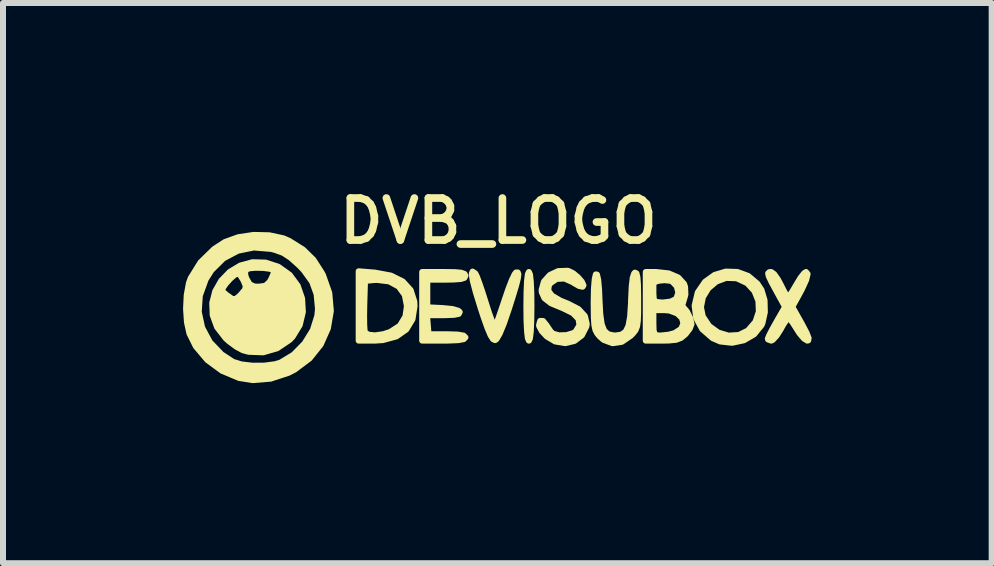
<source format=kicad_pcb>
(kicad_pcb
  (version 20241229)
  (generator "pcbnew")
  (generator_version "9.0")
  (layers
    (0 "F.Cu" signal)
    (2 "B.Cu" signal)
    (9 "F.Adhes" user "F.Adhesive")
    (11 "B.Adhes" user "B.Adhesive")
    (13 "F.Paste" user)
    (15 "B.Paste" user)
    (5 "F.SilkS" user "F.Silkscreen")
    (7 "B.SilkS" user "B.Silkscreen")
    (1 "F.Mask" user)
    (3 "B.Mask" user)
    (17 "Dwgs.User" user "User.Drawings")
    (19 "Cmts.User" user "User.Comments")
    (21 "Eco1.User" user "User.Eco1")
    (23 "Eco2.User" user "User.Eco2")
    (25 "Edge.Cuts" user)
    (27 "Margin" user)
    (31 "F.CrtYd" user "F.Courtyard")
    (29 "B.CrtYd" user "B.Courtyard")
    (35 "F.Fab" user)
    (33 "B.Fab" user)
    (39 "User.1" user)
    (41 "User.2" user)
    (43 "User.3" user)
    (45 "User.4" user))
  (footprint "DVB_LOGO"
    (layer "F.Cu")
    (at 5.254 2.032)
    (property "Reference" "DVB_LOGO" (at 0 -1.4 0) (layer "F.SilkS") (effects (font (size 0.7 0.7) (thickness 0.127))))
    (attr through_hole)
    (fp_poly (pts (xy 0.55 0.021) (xy 0.547 0.263) (xy 0.539 0.444) (xy 0.525 0.557) (xy 0.508 0.593) (xy 0.49 0.552) (xy 0.477 0.435) (xy 0.468 0.249) (xy 0.466 0.021) (xy 0.469 -0.22) (xy 0.477 -0.401) (xy 0.491 -0.514) (xy 0.508 -0.55) (xy 0.526 -0.509) (xy 0.539 -0.392) (xy 0.548 -0.207) (xy 0.55 0.021)) (stroke (width 0.1) (type solid)) (fill yes) (layer "F.SilkS"))
    (fp_poly (pts (xy -1.397 0.019) (xy -1.432 0.237) (xy -1.524 0.389) (xy -1.524 0.018) (xy -1.56 -0.169) (xy -1.661 -0.308) (xy -1.82 -0.394) (xy -2.027 -0.419) (xy -2.079 -0.416) (xy -2.223 -0.402) (xy -2.235 -0.003) (xy -2.238 0.177) (xy -2.236 0.328) (xy -2.23 0.428) (xy -2.226 0.452) (xy -2.168 0.494) (xy -2.057 0.506) (xy -1.917 0.486) (xy -1.803 0.449) (xy -1.641 0.344) (xy -1.549 0.191) (xy -1.524 0.018) (xy -1.524 0.389) (xy -1.535 0.407) (xy -1.7 0.523) (xy -1.925 0.584) (xy -2.064 0.593) (xy -2.328 0.593) (xy -2.328 0.015) (xy -2.328 -0.562) (xy -2.058 -0.54) (xy -1.793 -0.491) (xy -1.594 -0.393) (xy -1.462 -0.248) (xy -1.401 -0.058) (xy -1.397 0.019)) (stroke (width 0.1) (type solid)) (fill yes) (layer "F.SilkS"))
    (fp_poly (pts (xy -0.55 0.54) (xy -0.578 0.568) (xy -0.669 0.585) (xy -0.831 0.592) (xy -0.91 0.593) (xy -1.27 0.593) (xy -1.27 0.021) (xy -1.27 -0.55) (xy -0.91 -0.55) (xy -0.73 -0.548) (xy -0.62 -0.538) (xy -0.565 -0.518) (xy -0.55 -0.487) (xy -0.567 -0.453) (xy -0.627 -0.434) (xy -0.746 -0.425) (xy -0.868 -0.423) (xy -1.185 -0.423) (xy -1.185 -0.193) (xy -1.185 0.038) (xy -0.924 0.051) (xy -0.765 0.067) (xy -0.668 0.095) (xy -0.645 0.116) (xy -0.661 0.147) (xy -0.738 0.163) (xy -0.888 0.169) (xy -0.909 0.169) (xy -1.19 0.169) (xy -1.177 0.328) (xy -1.164 0.487) (xy -0.857 0.487) (xy -0.682 0.492) (xy -0.582 0.509) (xy -0.55 0.539) (xy -0.55 0.54)) (stroke (width 0.1) (type solid)) (fill yes) (layer "F.SilkS"))
    (fp_poly (pts (xy 0.333 -0.514) (xy 0.324 -0.444) (xy 0.294 -0.323) (xy 0.239 -0.142) (xy 0.174 0.064) (xy 0.091 0.307) (xy 0.021 0.477) (xy -0.032 0.568) (xy -0.055 0.584) (xy -0.089 0.569) (xy -0.13 0.505) (xy -0.182 0.382) (xy -0.249 0.193) (xy -0.298 0.043) (xy -0.378 -0.219) (xy -0.427 -0.405) (xy -0.445 -0.517) (xy -0.431 -0.557) (xy -0.386 -0.527) (xy -0.385 -0.526) (xy -0.358 -0.472) (xy -0.314 -0.354) (xy -0.26 -0.193) (xy -0.214 -0.048) (xy -0.158 0.127) (xy -0.109 0.264) (xy -0.073 0.349) (xy -0.058 0.368) (xy -0.037 0.321) (xy 0.004 0.211) (xy 0.057 0.056) (xy 0.106 -0.09) (xy 0.167 -0.269) (xy 0.224 -0.416) (xy 0.27 -0.512) (xy 0.293 -0.542) (xy 0.322 -0.543) (xy 0.333 -0.514)) (stroke (width 0.1) (type solid)) (fill yes) (layer "F.SilkS"))
    (fp_poly (pts (xy 4.439 0.119) (xy 4.399 0.301) (xy 4.383 0.337) (xy 4.339 0.39) (xy 4.339 0.11) (xy 4.332 -0.067) (xy 4.266 -0.232) (xy 4.145 -0.364) (xy 3.973 -0.445) (xy 3.971 -0.446) (xy 3.793 -0.452) (xy 3.63 -0.391) (xy 3.497 -0.279) (xy 3.407 -0.131) (xy 3.374 0.036) (xy 3.405 0.19) (xy 3.51 0.349) (xy 3.66 0.458) (xy 3.833 0.51) (xy 4.009 0.499) (xy 4.158 0.425) (xy 4.283 0.28) (xy 4.339 0.11) (xy 4.339 0.39) (xy 4.26 0.488) (xy 4.09 0.587) (xy 3.893 0.629) (xy 3.695 0.607) (xy 3.569 0.552) (xy 3.398 0.404) (xy 3.296 0.218) (xy 3.269 0.01) (xy 3.32 -0.205) (xy 3.324 -0.214) (xy 3.443 -0.387) (xy 3.603 -0.502) (xy 3.788 -0.557) (xy 3.98 -0.551) (xy 4.161 -0.485) (xy 4.313 -0.357) (xy 4.382 -0.253) (xy 4.434 -0.08) (xy 4.439 0.119)) (stroke (width 0.1) (type solid)) (fill yes) (layer "F.SilkS"))
    (fp_poly (pts (xy 2.328 -0.085) (xy 2.328 0.121) (xy 2.323 0.261) (xy 2.31 0.354) (xy 2.285 0.418) (xy 2.244 0.471) (xy 2.205 0.511) (xy 2.056 0.613) (xy 1.901 0.636) (xy 1.754 0.581) (xy 1.69 0.526) (xy 1.645 0.472) (xy 1.615 0.412) (xy 1.598 0.33) (xy 1.59 0.204) (xy 1.588 0.018) (xy 1.587 -0.045) (xy 1.592 -0.278) (xy 1.605 -0.433) (xy 1.623 -0.51) (xy 1.642 -0.507) (xy 1.662 -0.423) (xy 1.677 -0.257) (xy 1.684 -0.086) (xy 1.697 0.154) (xy 1.721 0.322) (xy 1.763 0.429) (xy 1.828 0.487) (xy 1.921 0.507) (xy 1.947 0.508) (xy 2.048 0.494) (xy 2.119 0.446) (xy 2.166 0.351) (xy 2.194 0.197) (xy 2.209 -0.027) (xy 2.21 -0.083) (xy 2.221 -0.309) (xy 2.238 -0.456) (xy 2.263 -0.529) (xy 2.275 -0.54) (xy 2.3 -0.527) (xy 2.316 -0.462) (xy 2.325 -0.336) (xy 2.328 -0.137) (xy 2.328 -0.085)) (stroke (width 0.1) (type solid)) (fill yes) (layer "F.SilkS"))
    (fp_poly (pts (xy 5.168 0.55) (xy 5.162 0.589) (xy 5.147 0.593) (xy 5.091 0.559) (xy 5.017 0.472) (xy 4.972 0.402) (xy 4.904 0.295) (xy 4.851 0.226) (xy 4.832 0.212) (xy 4.799 0.246) (xy 4.742 0.333) (xy 4.704 0.402) (xy 4.635 0.511) (xy 4.572 0.58) (xy 4.545 0.593) (xy 4.493 0.574) (xy 4.489 0.561) (xy 4.509 0.511) (xy 4.561 0.409) (xy 4.633 0.28) (xy 4.776 0.031) (xy 4.632 -0.232) (xy 4.549 -0.385) (xy 4.504 -0.48) (xy 4.494 -0.529) (xy 4.515 -0.548) (xy 4.545 -0.55) (xy 4.594 -0.515) (xy 4.658 -0.424) (xy 4.703 -0.339) (xy 4.762 -0.223) (xy 4.808 -0.146) (xy 4.825 -0.128) (xy 4.856 -0.162) (xy 4.912 -0.25) (xy 4.964 -0.339) (xy 5.034 -0.454) (xy 5.095 -0.531) (xy 5.125 -0.55) (xy 5.151 -0.517) (xy 5.128 -0.42) (xy 5.057 -0.264) (xy 5.004 -0.165) (xy 4.896 0.03) (xy 5.054 0.311) (xy 5.133 0.461) (xy 5.168 0.55)) (stroke (width 0.1) (type solid)) (fill yes) (layer "F.SilkS"))
    (fp_poly (pts (xy 1.472 0.316) (xy 1.465 0.358) (xy 1.39 0.505) (xy 1.265 0.599) (xy 1.111 0.635) (xy 0.946 0.607) (xy 0.808 0.525) (xy 0.724 0.436) (xy 0.679 0.351) (xy 0.677 0.335) (xy 0.696 0.265) (xy 0.743 0.266) (xy 0.802 0.337) (xy 0.809 0.349) (xy 0.866 0.435) (xy 0.906 0.476) (xy 1.007 0.505) (xy 1.137 0.501) (xy 1.252 0.466) (xy 1.288 0.441) (xy 1.351 0.335) (xy 1.334 0.23) (xy 1.24 0.134) (xy 1.075 0.053) (xy 1.06 0.047) (xy 0.877 -0.029) (xy 0.767 -0.114) (xy 0.722 -0.215) (xy 0.72 -0.252) (xy 0.758 -0.39) (xy 0.857 -0.5) (xy 0.995 -0.565) (xy 1.15 -0.571) (xy 1.168 -0.567) (xy 1.247 -0.528) (xy 1.327 -0.461) (xy 1.39 -0.388) (xy 1.417 -0.328) (xy 1.402 -0.305) (xy 1.342 -0.318) (xy 1.252 -0.37) (xy 1.237 -0.381) (xy 1.101 -0.442) (xy 0.969 -0.435) (xy 0.865 -0.364) (xy 0.841 -0.329) (xy 0.829 -0.24) (xy 0.891 -0.156) (xy 1.033 -0.073) (xy 1.155 -0.024) (xy 1.334 0.068) (xy 1.441 0.184) (xy 1.472 0.316)) (stroke (width 0.1) (type solid)) (fill yes) (layer "F.SilkS"))
    (fp_poly (pts (xy 3.217 0.317) (xy 3.189 0.391) (xy 3.121 0.481) (xy 3.113 0.489) (xy 3.083 0.514) (xy 3.083 0.309) (xy 3.059 0.217) (xy 2.998 0.158) (xy 2.998 -0.204) (xy 2.972 -0.311) (xy 2.898 -0.39) (xy 2.861 -0.405) (xy 2.764 -0.414) (xy 2.664 -0.404) (xy 2.595 -0.378) (xy 2.582 -0.36) (xy 2.582 -0.307) (xy 2.582 -0.206) (xy 2.582 -0.191) (xy 2.588 -0.095) (xy 2.621 -0.053) (xy 2.706 -0.043) (xy 2.746 -0.042) (xy 2.872 -0.058) (xy 2.957 -0.099) (xy 2.963 -0.105) (xy 2.998 -0.204) (xy 2.998 0.158) (xy 2.979 0.14) (xy 2.852 0.092) (xy 2.766 0.085) (xy 2.582 0.085) (xy 2.582 0.296) (xy 2.585 0.422) (xy 2.602 0.484) (xy 2.646 0.506) (xy 2.707 0.508) (xy 2.839 0.494) (xy 2.936 0.468) (xy 3.044 0.398) (xy 3.083 0.309) (xy 3.083 0.514) (xy 3.043 0.547) (xy 2.961 0.579) (xy 2.839 0.591) (xy 2.732 0.593) (xy 2.455 0.593) (xy 2.455 0.021) (xy 2.455 -0.55) (xy 2.626 -0.55) (xy 2.837 -0.527) (xy 2.996 -0.459) (xy 3.092 -0.354) (xy 3.11 -0.303) (xy 3.115 -0.172) (xy 3.089 -0.082) (xy 3.063 0.003) (xy 3.08 0.037) (xy 3.141 0.109) (xy 3.195 0.218) (xy 3.217 0.317)) (stroke (width 0.1) (type solid)) (fill yes) (layer "F.SilkS"))
    (fp_poly (pts (xy -2.792 0.099) (xy -2.841 0.388) (xy -2.96 0.656) (xy -3.006 0.714) (xy -3.006 0.064) (xy -3.029 -0.182) (xy -3.104 -0.388) (xy -3.243 -0.581) (xy -3.322 -0.663) (xy -3.463 -0.789) (xy -3.584 -0.868) (xy -3.72 -0.918) (xy -3.788 -0.935) (xy -4.075 -0.959) (xy -4.344 -0.904) (xy -4.584 -0.776) (xy -4.782 -0.579) (xy -4.877 -0.428) (xy -4.975 -0.157) (xy -4.993 0.115) (xy -4.936 0.378) (xy -4.808 0.618) (xy -4.613 0.822) (xy -4.424 0.946) (xy -4.286 0.989) (xy -4.1 1.011) (xy -3.899 1.01) (xy -3.718 0.986) (xy -3.629 0.959) (xy -3.413 0.828) (xy -3.229 0.641) (xy -3.092 0.419) (xy -3.017 0.181) (xy -3.006 0.064) (xy -3.006 0.714) (xy -3.146 0.889) (xy -3.395 1.076) (xy -3.5 1.13) (xy -3.797 1.227) (xy -4.094 1.251) (xy -4.32 1.215) (xy -4.604 1.096) (xy -4.849 0.916) (xy -5.041 0.689) (xy -5.148 0.473) (xy -5.189 0.287) (xy -5.204 0.062) (xy -5.193 -0.167) (xy -5.156 -0.367) (xy -5.127 -0.447) (xy -4.963 -0.711) (xy -4.737 -0.932) (xy -4.555 -1.05) (xy -4.333 -1.13) (xy -4.078 -1.168) (xy -3.818 -1.162) (xy -3.585 -1.112) (xy -3.488 -1.07) (xy -3.255 -0.924) (xy -3.082 -0.754) (xy -2.942 -0.535) (xy -2.923 -0.5) (xy -2.818 -0.201) (xy -2.792 0.099)) (stroke (width 0.1) (type solid)) (fill yes) (layer "F.SilkS"))
    (fp_poly (pts (xy -3.258 0.115) (xy -3.31 0.333) (xy -3.428 0.527) (xy -3.478 0.58) (xy -3.686 0.72) (xy -3.74 0.736) (xy -3.74 -0.578) (xy -3.741 -0.58) (xy -3.806 -0.604) (xy -3.919 -0.618) (xy -4.045 -0.621) (xy -4.149 -0.612) (xy -4.187 -0.598) (xy -4.223 -0.555) (xy -4.215 -0.485) (xy -4.194 -0.431) (xy -4.142 -0.342) (xy -4.064 -0.308) (xy -3.996 -0.305) (xy -3.883 -0.32) (xy -3.813 -0.383) (xy -3.785 -0.432) (xy -3.746 -0.523) (xy -3.74 -0.578) (xy -3.74 0.736) (xy -3.92 0.788) (xy -4.161 0.779) (xy -4.21 0.766) (xy -4.21 -0.322) (xy -4.248 -0.412) (xy -4.252 -0.419) (xy -4.305 -0.504) (xy -4.353 -0.522) (xy -4.393 -0.504) (xy -4.471 -0.436) (xy -4.547 -0.35) (xy -4.598 -0.273) (xy -4.595 -0.225) (xy -4.532 -0.169) (xy -4.525 -0.165) (xy -4.438 -0.103) (xy -4.38 -0.097) (xy -4.316 -0.148) (xy -4.28 -0.186) (xy -4.218 -0.261) (xy -4.21 -0.322) (xy -4.21 0.766) (xy -4.255 0.754) (xy -4.361 0.698) (xy -4.486 0.606) (xy -4.541 0.557) (xy -4.687 0.369) (xy -4.76 0.169) (xy -4.768 -0.034) (xy -4.718 -0.229) (xy -4.618 -0.405) (xy -4.476 -0.552) (xy -4.3 -0.658) (xy -4.098 -0.713) (xy -3.878 -0.707) (xy -3.664 -0.636) (xy -3.477 -0.502) (xy -3.344 -0.321) (xy -3.271 -0.109) (xy -3.258 0.115)) (stroke (width 0.1) (type solid)) (fill yes) (layer "F.SilkS")))
  (gr_rect
    (start -3 -3)
    (end 13.472 6.333)
    (stroke (width 0.1) (type default))
    (fill no)
    (layer "Edge.Cuts")))
</source>
